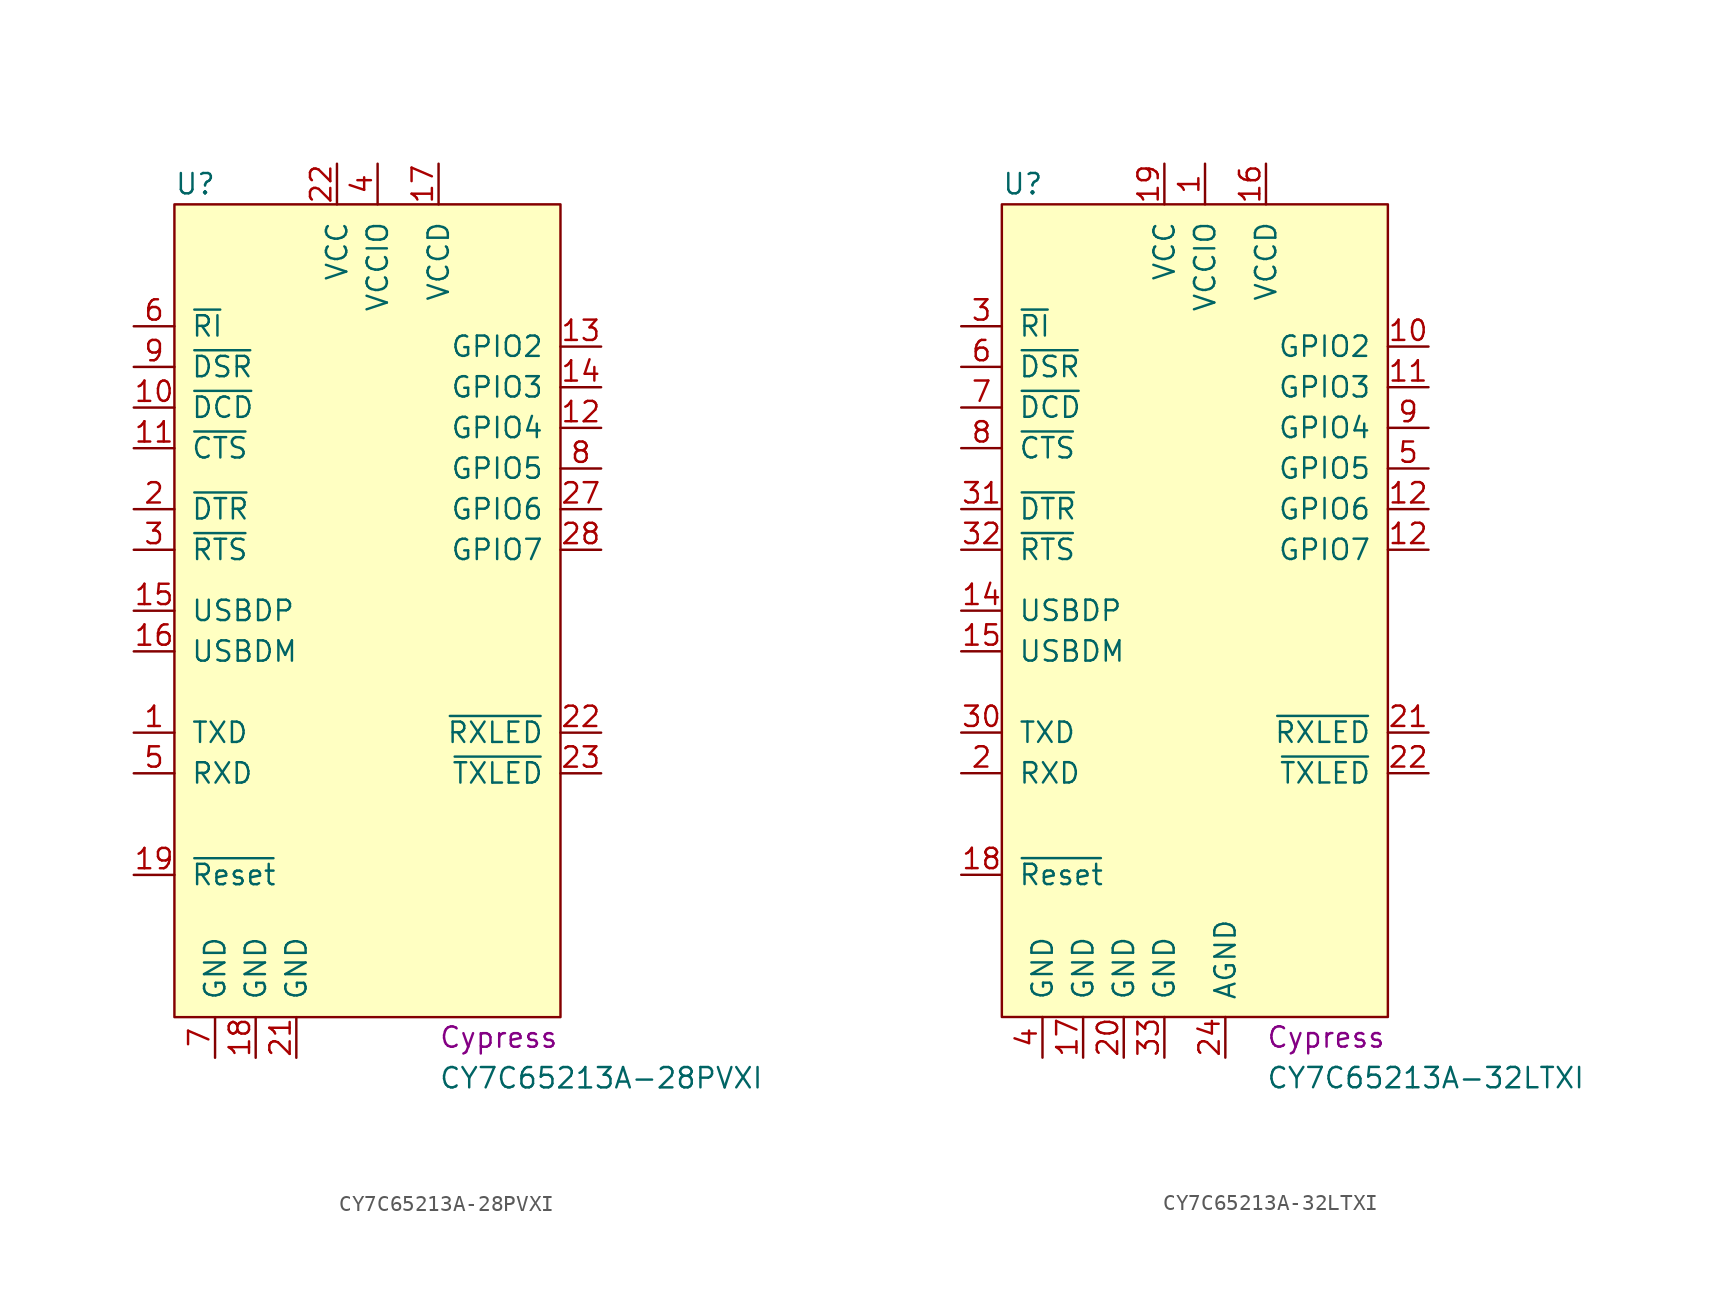
<source format=kicad_sym>
(kicad_symbol_lib
  (version 20211014)
  (generator kicad_symbol_editor)
  (symbol "CY7C65213A-28PVXI"
    (pin_names
      (offset 1.016))
    (property "Reference" "U"
      (at -11.43 26.67 0)
      (effects (font (size 1.27 1.27)) (justify left)))
    (property "Value" "CY7C65213A-28PVXI"
      (at 5.08 -29.21 0)
      (effects (font (size 1.27 1.27)) (justify left)))
    (property "Manufacturer" "Cypress"
      (at 5.08 -26.67 0)
      (effects (font (size 1.27 1.27)) (justify left)))
    (symbol "CY7C65213A-28PVXI_0_0"
      (pin output line (at -13.97 -7.62 0) (length 2.54) (name "TXD" (effects (font (size 1.27 1.27)))) (number "1" (effects (font (size 1.27 1.27)))))
      (pin input line (at -13.97 12.7 0) (length 2.54) (name "~{DCD}" (effects (font (size 1.27 1.27)))) (number "10" (effects (font (size 1.27 1.27)))))
      (pin input line (at -13.97 10.16 0) (length 2.54) (name "~{CTS}" (effects (font (size 1.27 1.27)))) (number "11" (effects (font (size 1.27 1.27)))))
      (pin bidirectional line (at 15.24 11.43 180) (length 2.54) (name "GPIO4" (effects (font (size 1.27 1.27)))) (number "12" (effects (font (size 1.27 1.27)))))
      (pin bidirectional line (at 15.24 16.51 180) (length 2.54) (name "GPIO2" (effects (font (size 1.27 1.27)))) (number "13" (effects (font (size 1.27 1.27)))))
      (pin bidirectional line (at 15.24 13.97 180) (length 2.54) (name "GPIO3" (effects (font (size 1.27 1.27)))) (number "14" (effects (font (size 1.27 1.27)))))
      (pin bidirectional line (at -13.97 0 0) (length 2.54) (name "USBDP" (effects (font (size 1.27 1.27)))) (number "15" (effects (font (size 1.27 1.27)))))
      (pin bidirectional line (at -13.97 -2.54 0) (length 2.54) (name "USBDM" (effects (font (size 1.27 1.27)))) (number "16" (effects (font (size 1.27 1.27)))))
      (pin power_in line (at 5.08 27.94 270) (length 2.54) (name "VCCD" (effects (font (size 1.27 1.27)))) (number "17" (effects (font (size 1.27 1.27)))))
      (pin power_in line (at -6.35 -27.94 90) (length 2.54) (name "GND" (effects (font (size 1.27 1.27)))) (number "18" (effects (font (size 1.27 1.27)))))
      (pin input line (at -13.97 -16.51 0) (length 2.54) (name "~{Reset}" (effects (font (size 1.27 1.27)))) (number "19" (effects (font (size 1.27 1.27)))))
      (pin output line (at -13.97 6.35 0) (length 2.54) (name "~{DTR}" (effects (font (size 1.27 1.27)))) (number "2" (effects (font (size 1.27 1.27)))))
      (pin power_in line (at -3.81 -27.94 90) (length 2.54) (name "GND" (effects (font (size 1.27 1.27)))) (number "21" (effects (font (size 1.27 1.27)))))
      (pin power_in line (at -1.27 27.94 270) (length 2.54) (name "VCC" (effects (font (size 1.27 1.27)))) (number "22" (effects (font (size 1.27 1.27)))))
      (pin bidirectional line (at 15.24 -7.62 180) (length 2.54) (name "~{RXLED}" (effects (font (size 1.27 1.27)))) (number "22" (effects (font (size 1.27 1.27)))))
      (pin bidirectional line (at 15.24 -10.16 180) (length 2.54) (name "~{TXLED}" (effects (font (size 1.27 1.27)))) (number "23" (effects (font (size 1.27 1.27)))))
      (pin bidirectional line (at 15.24 6.35 180) (length 2.54) (name "GPIO6" (effects (font (size 1.27 1.27)))) (number "27" (effects (font (size 1.27 1.27)))))
      (pin bidirectional line (at 15.24 3.81 180) (length 2.54) (name "GPIO7" (effects (font (size 1.27 1.27)))) (number "28" (effects (font (size 1.27 1.27)))))
      (pin output line (at -13.97 3.81 0) (length 2.54) (name "~{RTS}" (effects (font (size 1.27 1.27)))) (number "3" (effects (font (size 1.27 1.27)))))
      (pin power_in line (at 1.27 27.94 270) (length 2.54) (name "VCCIO" (effects (font (size 1.27 1.27)))) (number "4" (effects (font (size 1.27 1.27)))))
      (pin input line (at -13.97 -10.16 0) (length 2.54) (name "RXD" (effects (font (size 1.27 1.27)))) (number "5" (effects (font (size 1.27 1.27)))))
      (pin input line (at -13.97 17.78 0) (length 2.54) (name "~{RI}" (effects (font (size 1.27 1.27)))) (number "6" (effects (font (size 1.27 1.27)))))
      (pin power_in line (at -8.89 -27.94 90) (length 2.54) (name "GND" (effects (font (size 1.27 1.27)))) (number "7" (effects (font (size 1.27 1.27)))))
      (pin bidirectional line (at 15.24 8.89 180) (length 2.54) (name "GPIO5" (effects (font (size 1.27 1.27)))) (number "8" (effects (font (size 1.27 1.27)))))
      (pin input line (at -13.97 15.24 0) (length 2.54) (name "~{DSR}" (effects (font (size 1.27 1.27)))) (number "9" (effects (font (size 1.27 1.27))))))
    (symbol "CY7C65213A-28PVXI_0_1"
      (rectangle (start -11.43 25.4) (end 12.7 -25.4) (stroke (width 0) (type default) (color 0 0 0 0)) (fill (type background)))))
  (symbol "CY7C65213A-32LTXI"
    (pin_names
      (offset 1.016))
    (property "Reference" "U"
      (at -11.43 26.67 0)
      (effects (font (size 1.27 1.27)) (justify left)))
    (property "Value" "CY7C65213A-32LTXI"
      (at 5.08 -29.21 0)
      (effects (font (size 1.27 1.27)) (justify left)))
    (property "Manufacturer" "Cypress"
      (at 5.08 -26.67 0)
      (effects (font (size 1.27 1.27)) (justify left)))
    (symbol "CY7C65213A-32LTXI_0_0"
      (pin power_in line (at 1.27 27.94 270) (length 2.54) (name "VCCIO" (effects (font (size 1.27 1.27)))) (number "1" (effects (font (size 1.27 1.27)))))
      (pin bidirectional line (at 15.24 16.51 180) (length 2.54) (name "GPIO2" (effects (font (size 1.27 1.27)))) (number "10" (effects (font (size 1.27 1.27)))))
      (pin bidirectional line (at 15.24 13.97 180) (length 2.54) (name "GPIO3" (effects (font (size 1.27 1.27)))) (number "11" (effects (font (size 1.27 1.27)))))
      (pin bidirectional line (at 15.24 6.35 180) (length 2.54) (name "GPIO6" (effects (font (size 1.27 1.27)))) (number "12" (effects (font (size 1.27 1.27)))))
      (pin bidirectional line (at 15.24 3.81 180) (length 2.54) (name "GPIO7" (effects (font (size 1.27 1.27)))) (number "12" (effects (font (size 1.27 1.27)))))
      (pin bidirectional line (at -13.97 0 0) (length 2.54) (name "USBDP" (effects (font (size 1.27 1.27)))) (number "14" (effects (font (size 1.27 1.27)))))
      (pin bidirectional line (at -13.97 -2.54 0) (length 2.54) (name "USBDM" (effects (font (size 1.27 1.27)))) (number "15" (effects (font (size 1.27 1.27)))))
      (pin power_in line (at 5.08 27.94 270) (length 2.54) (name "VCCD" (effects (font (size 1.27 1.27)))) (number "16" (effects (font (size 1.27 1.27)))))
      (pin power_in line (at -6.35 -27.94 90) (length 2.54) (name "GND" (effects (font (size 1.27 1.27)))) (number "17" (effects (font (size 1.27 1.27)))))
      (pin input line (at -13.97 -16.51 0) (length 2.54) (name "~{Reset}" (effects (font (size 1.27 1.27)))) (number "18" (effects (font (size 1.27 1.27)))))
      (pin power_in line (at -1.27 27.94 270) (length 2.54) (name "VCC" (effects (font (size 1.27 1.27)))) (number "19" (effects (font (size 1.27 1.27)))))
      (pin input line (at -13.97 -10.16 0) (length 2.54) (name "RXD" (effects (font (size 1.27 1.27)))) (number "2" (effects (font (size 1.27 1.27)))))
      (pin power_in line (at -3.81 -27.94 90) (length 2.54) (name "GND" (effects (font (size 1.27 1.27)))) (number "20" (effects (font (size 1.27 1.27)))))
      (pin bidirectional line (at 15.24 -7.62 180) (length 2.54) (name "~{RXLED}" (effects (font (size 1.27 1.27)))) (number "21" (effects (font (size 1.27 1.27)))))
      (pin bidirectional line (at 15.24 -10.16 180) (length 2.54) (name "~{TXLED}" (effects (font (size 1.27 1.27)))) (number "22" (effects (font (size 1.27 1.27)))))
      (pin power_in line (at 2.54 -27.94 90) (length 2.54) (name "AGND" (effects (font (size 1.27 1.27)))) (number "24" (effects (font (size 1.27 1.27)))))
      (pin input line (at -13.97 17.78 0) (length 2.54) (name "~{RI}" (effects (font (size 1.27 1.27)))) (number "3" (effects (font (size 1.27 1.27)))))
      (pin output line (at -13.97 -7.62 0) (length 2.54) (name "TXD" (effects (font (size 1.27 1.27)))) (number "30" (effects (font (size 1.27 1.27)))))
      (pin output line (at -13.97 6.35 0) (length 2.54) (name "~{DTR}" (effects (font (size 1.27 1.27)))) (number "31" (effects (font (size 1.27 1.27)))))
      (pin output line (at -13.97 3.81 0) (length 2.54) (name "~{RTS}" (effects (font (size 1.27 1.27)))) (number "32" (effects (font (size 1.27 1.27)))))
      (pin power_in line (at -8.89 -27.94 90) (length 2.54) (name "GND" (effects (font (size 1.27 1.27)))) (number "4" (effects (font (size 1.27 1.27)))))
      (pin bidirectional line (at 15.24 8.89 180) (length 2.54) (name "GPIO5" (effects (font (size 1.27 1.27)))) (number "5" (effects (font (size 1.27 1.27)))))
      (pin input line (at -13.97 15.24 0) (length 2.54) (name "~{DSR}" (effects (font (size 1.27 1.27)))) (number "6" (effects (font (size 1.27 1.27)))))
      (pin input line (at -13.97 12.7 0) (length 2.54) (name "~{DCD}" (effects (font (size 1.27 1.27)))) (number "7" (effects (font (size 1.27 1.27)))))
      (pin input line (at -13.97 10.16 0) (length 2.54) (name "~{CTS}" (effects (font (size 1.27 1.27)))) (number "8" (effects (font (size 1.27 1.27)))))
      (pin bidirectional line (at 15.24 11.43 180) (length 2.54) (name "GPIO4" (effects (font (size 1.27 1.27)))) (number "9" (effects (font (size 1.27 1.27))))))
    (symbol "CY7C65213A-32LTXI_0_1"
      (rectangle (start -11.43 25.4) (end 12.7 -25.4) (stroke (width 0) (type default) (color 0 0 0 0)) (fill (type background))))
    (symbol "CY7C65213A-32LTXI_1_1"
      (pin power_in line (at -1.27 -27.94 90) (length 2.54) (name "GND" (effects (font (size 1.27 1.27)))) (number "33" (effects (font (size 1.27 1.27))))))))
</source>
